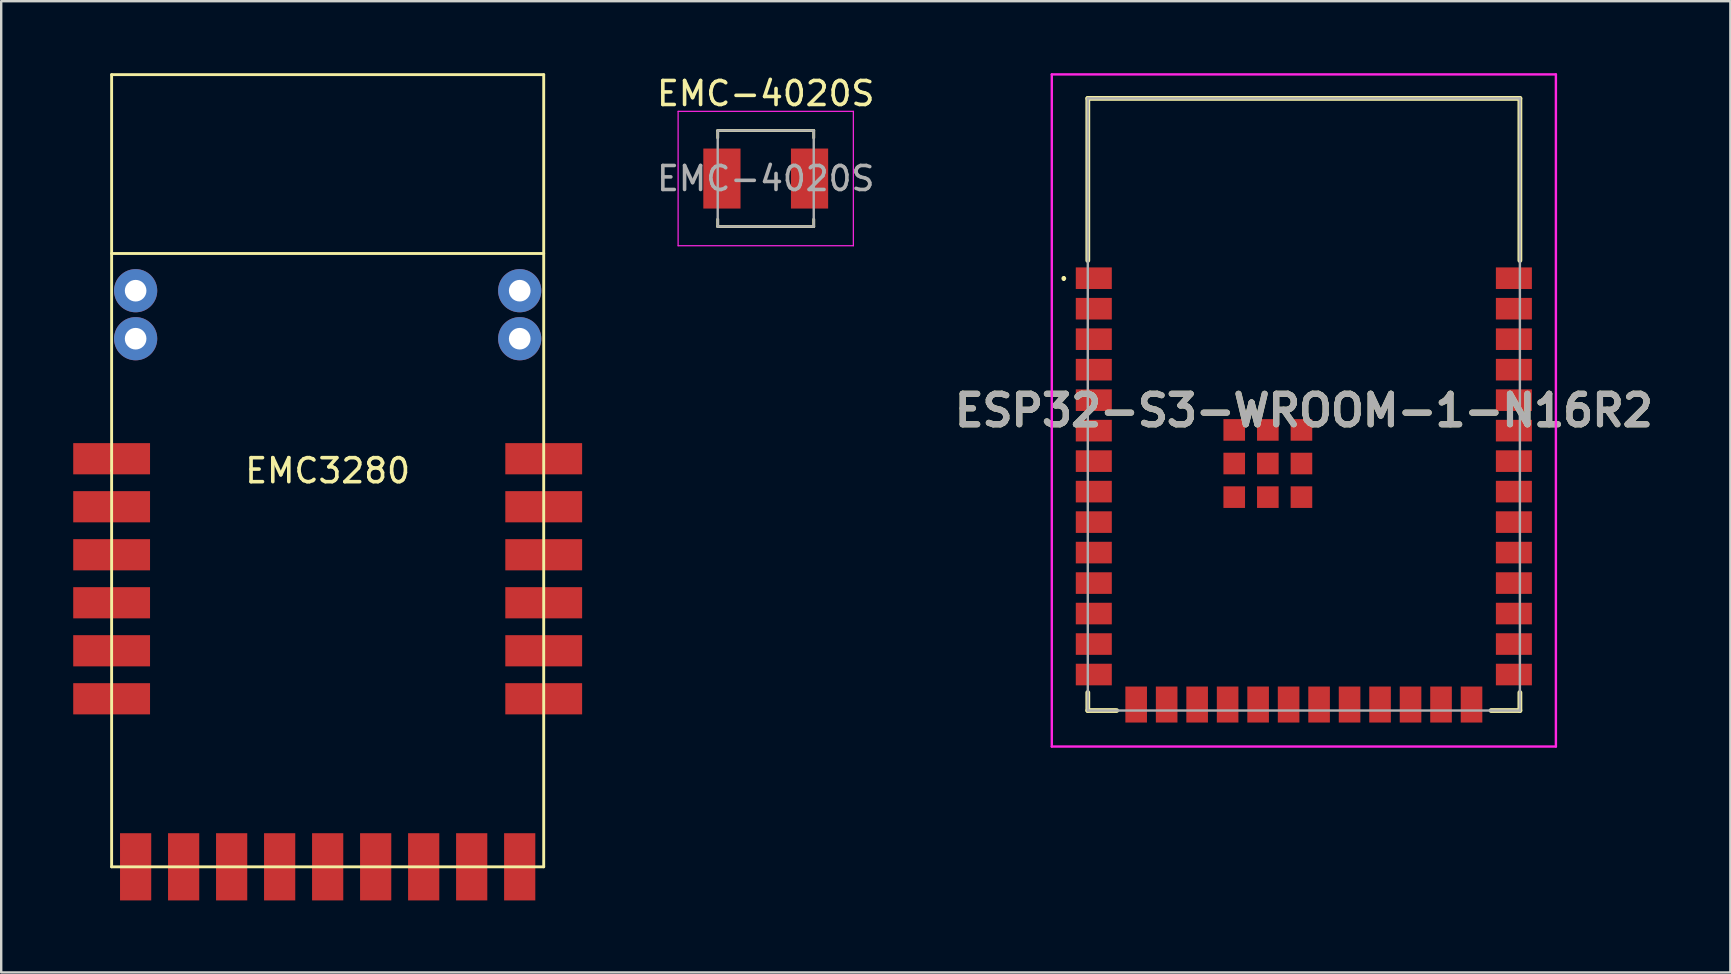
<source format=kicad_pcb>
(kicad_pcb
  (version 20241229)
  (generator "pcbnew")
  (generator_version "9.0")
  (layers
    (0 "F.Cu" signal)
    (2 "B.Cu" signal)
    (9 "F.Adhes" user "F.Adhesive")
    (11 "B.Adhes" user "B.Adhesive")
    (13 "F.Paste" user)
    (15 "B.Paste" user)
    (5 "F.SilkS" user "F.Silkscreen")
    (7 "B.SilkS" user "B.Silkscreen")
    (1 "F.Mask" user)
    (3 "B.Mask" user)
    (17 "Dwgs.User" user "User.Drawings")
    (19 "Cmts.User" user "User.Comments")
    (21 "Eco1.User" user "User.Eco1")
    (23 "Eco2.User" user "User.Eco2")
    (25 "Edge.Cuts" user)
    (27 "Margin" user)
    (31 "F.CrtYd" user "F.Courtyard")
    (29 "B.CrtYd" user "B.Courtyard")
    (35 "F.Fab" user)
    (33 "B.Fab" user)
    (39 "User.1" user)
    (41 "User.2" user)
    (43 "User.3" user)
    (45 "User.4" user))
  (footprint "EMC-4020S"
    (layer "F.Cu")
    (at 28.849 4.388)
    (property "Reference" "EMC-4020S" (at 0 -3.54 0) (layer "F.SilkS") (effects (font (size 1 1) (thickness 0.15))))
    (attr smd)
    (fp_line (start -2 -2) (end 2 -2) (stroke (width 0.12) (type solid)) (layer "F.SilkS"))
    (fp_line (start -2 -1.695) (end -2 -2) (stroke (width 0.12) (type solid)) (layer "F.SilkS"))
    (fp_line (start -2 1.695) (end -2 2) (stroke (width 0.12) (type solid)) (layer "F.SilkS"))
    (fp_line (start -2 2) (end 2 2) (stroke (width 0.12) (type solid)) (layer "F.SilkS"))
    (fp_line (start 2 -2) (end 2 -1.695) (stroke (width 0.12) (type solid)) (layer "F.SilkS"))
    (fp_line (start 2 2) (end 2 1.695) (stroke (width 0.12) (type solid)) (layer "F.SilkS"))
    (fp_line (start -3.65 -2.8) (end -3.65 2.8) (stroke (width 0.05) (type solid)) (layer "F.CrtYd"))
    (fp_line (start -3.65 2.8) (end 3.65 2.8) (stroke (width 0.05) (type solid)) (layer "F.CrtYd"))
    (fp_line (start 3.65 -2.8) (end -3.65 -2.8) (stroke (width 0.05) (type solid)) (layer "F.CrtYd"))
    (fp_line (start 3.65 2.8) (end 3.65 -2.8) (stroke (width 0.05) (type solid)) (layer "F.CrtYd"))
    (fp_line (start -2 -2) (end -2 2) (stroke (width 0.1) (type solid)) (layer "F.Fab"))
    (fp_line (start -2 2) (end 2 2) (stroke (width 0.1) (type solid)) (layer "F.Fab"))
    (fp_line (start 2 -2) (end -2 -2) (stroke (width 0.1) (type solid)) (layer "F.Fab"))
    (fp_line (start 2 2) (end 2 -2) (stroke (width 0.1) (type solid)) (layer "F.Fab"))
    (fp_text user "${REFERENCE}" (at 0 0 0) (layer "F.Fab") (effects (font (size 1 1) (thickness 0.15))))
    (pad "1" smd rect (at -1.825 0) (size 1.55 2.5) (layers "F.Cu" "F.Mask" "F.Paste"))
    (pad "2" smd rect (at 1.825 0) (size 1.55 2.5) (layers "F.Cu" "F.Mask" "F.Paste")))
  (footprint "EMC3280"
    (layer "F.Cu")
    (at 10.6 16.56)
    (property "Reference" "EMC3280" (at 0 0 0) (layer "F.SilkS") (effects (font (size 1 1) (thickness 0.15))))
    (attr through_hole)
    (fp_line (start -9 -16.5) (end 9 -16.5) (stroke (width 0.12) (type solid)) (layer "F.SilkS"))
    (fp_line (start -9 0) (end -9 -16.5) (stroke (width 0.12) (type solid)) (layer "F.SilkS"))
    (fp_line (start -9 16.5) (end -9 0) (stroke (width 0.12) (type solid)) (layer "F.SilkS"))
    (fp_line (start 9 -16.5) (end 9 16.5) (stroke (width 0.12) (type solid)) (layer "F.SilkS"))
    (fp_line (start 9 -9.05) (end -9 -9.05) (stroke (width 0.12) (type solid)) (layer "F.SilkS"))
    (fp_line (start 9 16.5) (end -9 16.5) (stroke (width 0.12) (type solid)) (layer "F.SilkS"))
    (pad "1" thru_hole circle (at -8 -7.5) (size 1.8 1.8) (drill 0.9) (layers "*.Cu" "*.Mask"))
    (pad "2" thru_hole circle (at -8 -5.5) (size 1.8 1.8) (drill 0.9) (layers "*.Cu" "*.Mask"))
    (pad "3" smd rect (at -9 -0.5) (size 3.2 1.3) (layers "F.Cu" "F.Mask" "F.Paste"))
    (pad "4" smd rect (at -9 1.5) (size 3.2 1.3) (layers "F.Cu" "F.Mask" "F.Paste"))
    (pad "5" smd rect (at -9 3.5) (size 3.2 1.3) (layers "F.Cu" "F.Mask" "F.Paste"))
    (pad "6" smd rect (at -9 5.5) (size 3.2 1.3) (layers "F.Cu" "F.Mask" "F.Paste"))
    (pad "7" smd rect (at -9 7.5) (size 3.2 1.3) (layers "F.Cu" "F.Mask" "F.Paste"))
    (pad "8" smd rect (at -9 9.5) (size 3.2 1.3) (layers "F.Cu" "F.Mask" "F.Paste"))
    (pad "9" smd rect (at -8 16.5) (size 1.3 2.8) (layers "F.Cu" "F.Mask" "F.Paste"))
    (pad "10" smd rect (at -6 16.5) (size 1.3 2.8) (layers "F.Cu" "F.Mask" "F.Paste"))
    (pad "11" smd rect (at -4 16.5) (size 1.3 2.8) (layers "F.Cu" "F.Mask" "F.Paste"))
    (pad "12" smd rect (at -2 16.5) (size 1.3 2.8) (layers "F.Cu" "F.Mask" "F.Paste"))
    (pad "13" smd rect (at 0 16.5) (size 1.3 2.8) (layers "F.Cu" "F.Mask" "F.Paste"))
    (pad "14" smd rect (at 2 16.5) (size 1.3 2.8) (layers "F.Cu" "F.Mask" "F.Paste"))
    (pad "15" smd rect (at 4 16.5) (size 1.3 2.8) (layers "F.Cu" "F.Mask" "F.Paste"))
    (pad "16" smd rect (at 6 16.5) (size 1.3 2.8) (layers "F.Cu" "F.Mask" "F.Paste"))
    (pad "17" smd rect (at 8 16.5) (size 1.3 2.8) (layers "F.Cu" "F.Mask" "F.Paste"))
    (pad "18" smd rect (at 9 9.5) (size 3.2 1.3) (layers "F.Cu" "F.Mask" "F.Paste"))
    (pad "19" smd rect (at 9 7.5) (size 3.2 1.3) (layers "F.Cu" "F.Mask" "F.Paste"))
    (pad "20" smd rect (at 9 5.5) (size 3.2 1.3) (layers "F.Cu" "F.Mask" "F.Paste"))
    (pad "21" smd rect (at 9 3.5) (size 3.2 1.3) (layers "F.Cu" "F.Mask" "F.Paste"))
    (pad "22" smd rect (at 9 1.5) (size 3.2 1.3) (layers "F.Cu" "F.Mask" "F.Paste"))
    (pad "23" smd rect (at 9 -0.5) (size 3.2 1.3) (layers "F.Cu" "F.Mask" "F.Paste"))
    (pad "24" thru_hole circle (at 8 -5.5) (size 1.8 1.8) (drill 0.9) (layers "*.Cu" "*.Mask"))
    (pad "25" thru_hole circle (at 8 -7.5) (size 1.8 1.8) (drill 0.9) (layers "*.Cu" "*.Mask")))
  (footprint "ESP32-S3-WROOM-1-N16R2"
    (layer "F.Cu")
    (at 51.266 13.8)
    (property "Reference" "ESP32-S3-WROOM-1-N16R2" (at 0 0.25 0) (layer "F.SilkS") (effects (font (size 1.27 1.27) (thickness 0.254))))
    (attr smd)
    (fp_line (start -10 -5.3) (end -10 -5.3) (stroke (width 0.1) (type solid)) (layer "F.SilkS"))
    (fp_line (start -10 -5.2) (end -10 -5.2) (stroke (width 0.1) (type solid)) (layer "F.SilkS"))
    (fp_line (start -9 -12.75) (end -9 -6) (stroke (width 0.2) (type solid)) (layer "F.SilkS"))
    (fp_line (start -9 12) (end -9 12.75) (stroke (width 0.2) (type solid)) (layer "F.SilkS"))
    (fp_line (start -9 12.75) (end -7.8 12.75) (stroke (width 0.2) (type solid)) (layer "F.SilkS"))
    (fp_line (start 7.8 12.75) (end 9 12.75) (stroke (width 0.2) (type solid)) (layer "F.SilkS"))
    (fp_line (start 9 -12.75) (end -9 -12.75) (stroke (width 0.2) (type solid)) (layer "F.SilkS"))
    (fp_line (start 9 -6) (end 9 -12.75) (stroke (width 0.2) (type solid)) (layer "F.SilkS"))
    (fp_line (start 9 12.75) (end 9 12) (stroke (width 0.2) (type solid)) (layer "F.SilkS"))
    (fp_arc (start -10 -5.3) (mid -9.95 -5.25) (end -10 -5.2) (stroke (width 0.1) (type solid)) (layer "F.SilkS"))
    (fp_arc (start -10 -5.2) (mid -10.05 -5.25) (end -10 -5.3) (stroke (width 0.1) (type solid)) (layer "F.SilkS"))
    (fp_line (start -10.5 -13.75) (end 10.5 -13.75) (stroke (width 0.1) (type solid)) (layer "F.CrtYd"))
    (fp_line (start -10.5 14.25) (end -10.5 -13.75) (stroke (width 0.1) (type solid)) (layer "F.CrtYd"))
    (fp_line (start 10.5 -13.75) (end 10.5 14.25) (stroke (width 0.1) (type solid)) (layer "F.CrtYd"))
    (fp_line (start 10.5 14.25) (end -10.5 14.25) (stroke (width 0.1) (type solid)) (layer "F.CrtYd"))
    (fp_line (start -9 -12.75) (end -9 12.75) (stroke (width 0.1) (type solid)) (layer "F.Fab"))
    (fp_line (start -9 12.75) (end 9 12.75) (stroke (width 0.1) (type solid)) (layer "F.Fab"))
    (fp_line (start 9 -12.75) (end -9 -12.75) (stroke (width 0.1) (type solid)) (layer "F.Fab"))
    (fp_line (start 9 12.75) (end 9 -12.75) (stroke (width 0.1) (type solid)) (layer "F.Fab"))
    (fp_text user "${REFERENCE}" (at 0 0.25 0) (layer "F.Fab") (effects (font (size 1.27 1.27) (thickness 0.254))))
    (pad "1" smd rect (at -8.75 -5.26 90) (size 0.9 1.5) (layers "F.Cu" "F.Mask" "F.Paste"))
    (pad "2" smd rect (at -8.75 -3.99 90) (size 0.9 1.5) (layers "F.Cu" "F.Mask" "F.Paste"))
    (pad "3" smd rect (at -8.75 -2.72 90) (size 0.9 1.5) (layers "F.Cu" "F.Mask" "F.Paste"))
    (pad "4" smd rect (at -8.75 -1.45 90) (size 0.9 1.5) (layers "F.Cu" "F.Mask" "F.Paste"))
    (pad "5" smd rect (at -8.75 -0.18 90) (size 0.9 1.5) (layers "F.Cu" "F.Mask" "F.Paste"))
    (pad "6" smd rect (at -8.75 1.09 90) (size 0.9 1.5) (layers "F.Cu" "F.Mask" "F.Paste"))
    (pad "7" smd rect (at -8.75 2.36 90) (size 0.9 1.5) (layers "F.Cu" "F.Mask" "F.Paste"))
    (pad "8" smd rect (at -8.75 3.63 90) (size 0.9 1.5) (layers "F.Cu" "F.Mask" "F.Paste"))
    (pad "9" smd rect (at -8.75 4.9 90) (size 0.9 1.5) (layers "F.Cu" "F.Mask" "F.Paste"))
    (pad "10" smd rect (at -8.75 6.17 90) (size 0.9 1.5) (layers "F.Cu" "F.Mask" "F.Paste"))
    (pad "11" smd rect (at -8.75 7.44 90) (size 0.9 1.5) (layers "F.Cu" "F.Mask" "F.Paste"))
    (pad "12" smd rect (at -8.75 8.71 90) (size 0.9 1.5) (layers "F.Cu" "F.Mask" "F.Paste"))
    (pad "13" smd rect (at -8.75 9.98 90) (size 0.9 1.5) (layers "F.Cu" "F.Mask" "F.Paste"))
    (pad "14" smd rect (at -8.75 11.25 90) (size 0.9 1.5) (layers "F.Cu" "F.Mask" "F.Paste"))
    (pad "15" smd rect (at -6.985 12.5) (size 0.9 1.5) (layers "F.Cu" "F.Mask" "F.Paste"))
    (pad "16" smd rect (at -5.715 12.5) (size 0.9 1.5) (layers "F.Cu" "F.Mask" "F.Paste"))
    (pad "17" smd rect (at -4.445 12.5) (size 0.9 1.5) (layers "F.Cu" "F.Mask" "F.Paste"))
    (pad "18" smd rect (at -3.175 12.5) (size 0.9 1.5) (layers "F.Cu" "F.Mask" "F.Paste"))
    (pad "19" smd rect (at -1.905 12.5) (size 0.9 1.5) (layers "F.Cu" "F.Mask" "F.Paste"))
    (pad "20" smd rect (at -0.635 12.5) (size 0.9 1.5) (layers "F.Cu" "F.Mask" "F.Paste"))
    (pad "21" smd rect (at 0.635 12.5) (size 0.9 1.5) (layers "F.Cu" "F.Mask" "F.Paste"))
    (pad "22" smd rect (at 1.905 12.5) (size 0.9 1.5) (layers "F.Cu" "F.Mask" "F.Paste"))
    (pad "23" smd rect (at 3.175 12.5) (size 0.9 1.5) (layers "F.Cu" "F.Mask" "F.Paste"))
    (pad "24" smd rect (at 4.445 12.5) (size 0.9 1.5) (layers "F.Cu" "F.Mask" "F.Paste"))
    (pad "25" smd rect (at 5.715 12.5) (size 0.9 1.5) (layers "F.Cu" "F.Mask" "F.Paste"))
    (pad "26" smd rect (at 6.985 12.5) (size 0.9 1.5) (layers "F.Cu" "F.Mask" "F.Paste"))
    (pad "27" smd rect (at 8.75 11.25 90) (size 0.9 1.5) (layers "F.Cu" "F.Mask" "F.Paste"))
    (pad "28" smd rect (at 8.75 9.98 90) (size 0.9 1.5) (layers "F.Cu" "F.Mask" "F.Paste"))
    (pad "29" smd rect (at 8.75 8.71 90) (size 0.9 1.5) (layers "F.Cu" "F.Mask" "F.Paste"))
    (pad "30" smd rect (at 8.75 7.44 90) (size 0.9 1.5) (layers "F.Cu" "F.Mask" "F.Paste"))
    (pad "31" smd rect (at 8.75 6.17 90) (size 0.9 1.5) (layers "F.Cu" "F.Mask" "F.Paste"))
    (pad "32" smd rect (at 8.75 4.9 90) (size 0.9 1.5) (layers "F.Cu" "F.Mask" "F.Paste"))
    (pad "33" smd rect (at 8.75 3.63 90) (size 0.9 1.5) (layers "F.Cu" "F.Mask" "F.Paste"))
    (pad "34" smd rect (at 8.75 2.36 90) (size 0.9 1.5) (layers "F.Cu" "F.Mask" "F.Paste"))
    (pad "35" smd rect (at 8.75 1.09 90) (size 0.9 1.5) (layers "F.Cu" "F.Mask" "F.Paste"))
    (pad "36" smd rect (at 8.75 -0.18 90) (size 0.9 1.5) (layers "F.Cu" "F.Mask" "F.Paste"))
    (pad "37" smd rect (at 8.75 -1.45 90) (size 0.9 1.5) (layers "F.Cu" "F.Mask" "F.Paste"))
    (pad "38" smd rect (at 8.75 -2.72 90) (size 0.9 1.5) (layers "F.Cu" "F.Mask" "F.Paste"))
    (pad "39" smd rect (at 8.75 -3.99 90) (size 0.9 1.5) (layers "F.Cu" "F.Mask" "F.Paste"))
    (pad "40" smd rect (at 8.75 -5.26 90) (size 0.9 1.5) (layers "F.Cu" "F.Mask" "F.Paste"))
    (pad "41" smd rect (at -1.5 2.46 90) (size 0.9 0.9) (layers "F.Cu" "F.Mask" "F.Paste"))
    (pad "42" smd rect (at -1.5 1.06 90) (size 0.9 0.9) (layers "F.Cu" "F.Mask" "F.Paste"))
    (pad "43" smd rect (at -2.9 1.06 90) (size 0.9 0.9) (layers "F.Cu" "F.Mask" "F.Paste"))
    (pad "44" smd rect (at -2.9 2.46 90) (size 0.9 0.9) (layers "F.Cu" "F.Mask" "F.Paste"))
    (pad "45" smd rect (at -2.9 3.86 90) (size 0.9 0.9) (layers "F.Cu" "F.Mask" "F.Paste"))
    (pad "46" smd rect (at -1.5 3.86 90) (size 0.9 0.9) (layers "F.Cu" "F.Mask" "F.Paste"))
    (pad "47" smd rect (at -0.1 3.86 90) (size 0.9 0.9) (layers "F.Cu" "F.Mask" "F.Paste"))
    (pad "48" smd rect (at -0.1 2.46 90) (size 0.9 0.9) (layers "F.Cu" "F.Mask" "F.Paste"))
    (pad "49" smd rect (at -0.1 1.06 90) (size 0.9 0.9) (layers "F.Cu" "F.Mask" "F.Paste")))
  (gr_rect
    (start -3 -3)
    (end 69.034 37.46)
    (stroke (width 0.1) (type default))
    (fill no)
    (layer "Edge.Cuts")))
</source>
